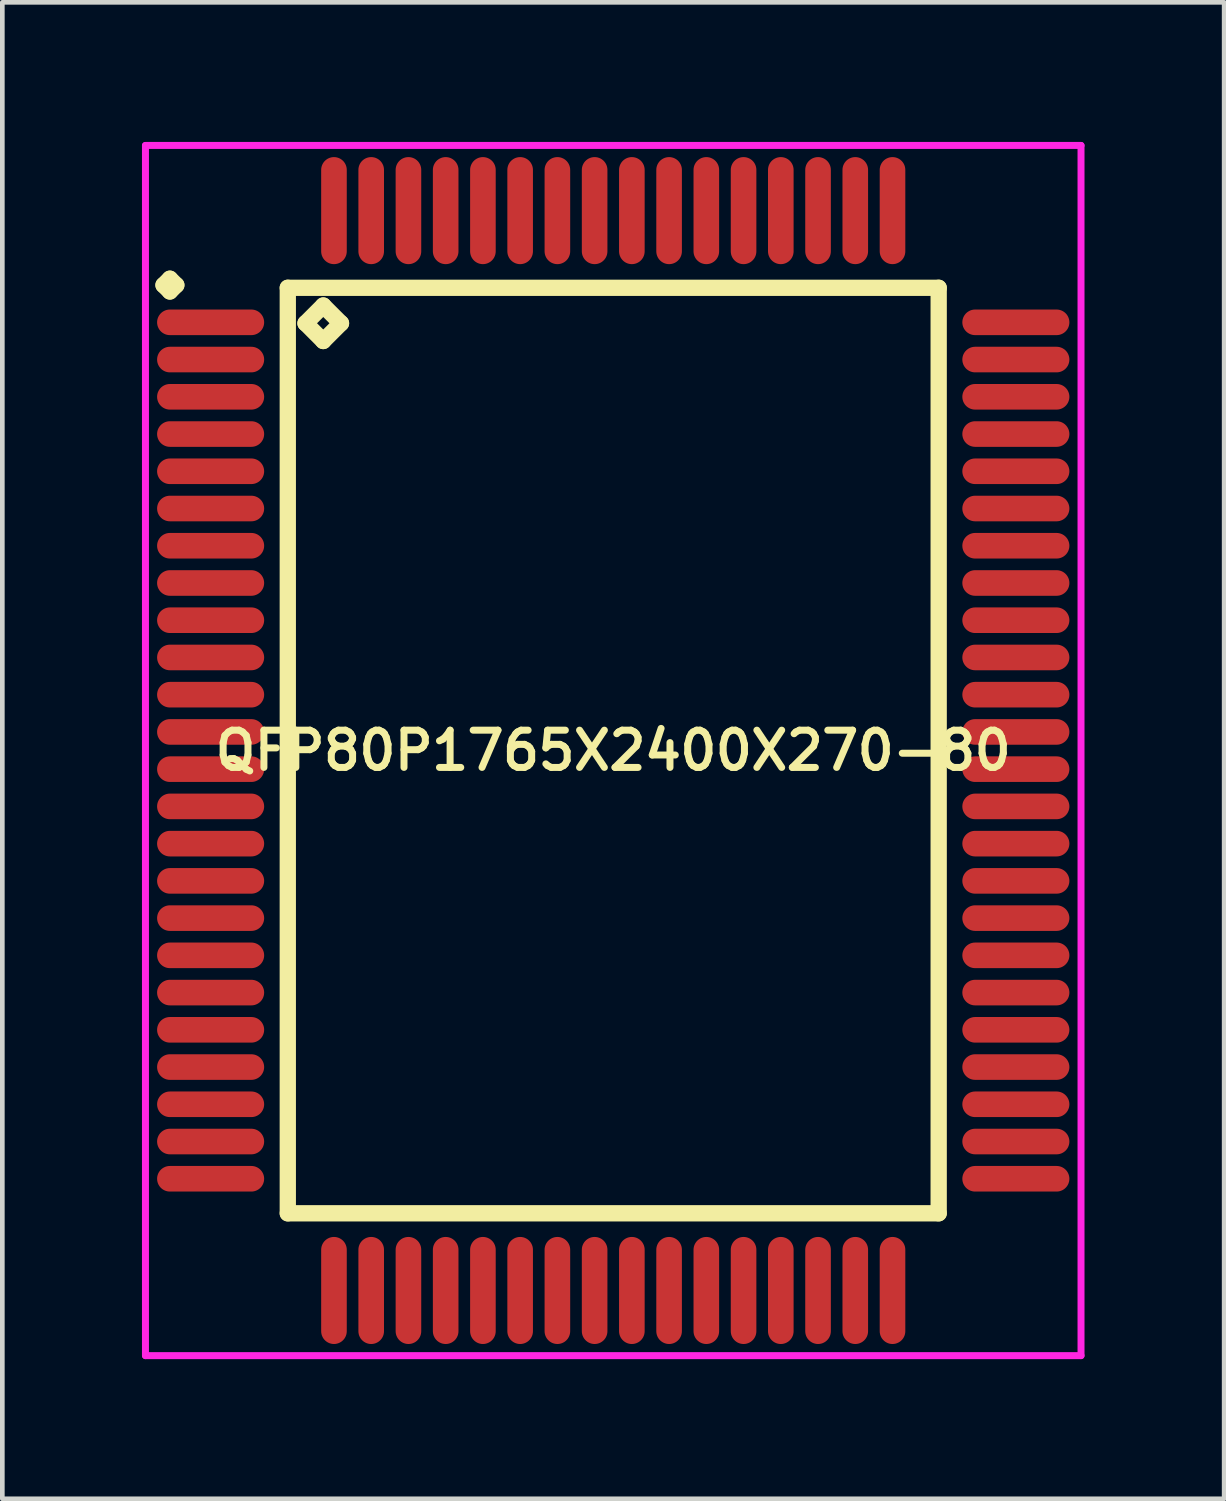
<source format=kicad_pcb>
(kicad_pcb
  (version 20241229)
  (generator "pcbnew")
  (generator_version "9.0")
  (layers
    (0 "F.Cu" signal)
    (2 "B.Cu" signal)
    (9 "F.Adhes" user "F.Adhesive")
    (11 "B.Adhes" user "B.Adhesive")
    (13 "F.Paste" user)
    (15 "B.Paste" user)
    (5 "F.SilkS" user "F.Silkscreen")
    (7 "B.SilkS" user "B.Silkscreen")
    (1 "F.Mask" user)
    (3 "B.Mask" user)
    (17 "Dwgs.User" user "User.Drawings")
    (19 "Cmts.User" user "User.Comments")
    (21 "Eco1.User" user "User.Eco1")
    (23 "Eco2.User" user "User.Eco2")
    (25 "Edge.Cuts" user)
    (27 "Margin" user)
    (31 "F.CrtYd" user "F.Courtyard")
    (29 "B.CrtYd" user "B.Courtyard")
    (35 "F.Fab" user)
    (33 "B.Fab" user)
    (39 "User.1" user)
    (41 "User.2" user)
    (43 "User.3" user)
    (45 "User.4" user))
  (footprint "QFP80P1765X2400X270-80"
    (layer "F.Cu")
    (at 10.125 13.075)
    (property "Reference" "QFP80P1765X2400X270-80" (at 0 0 0) (layer "F.SilkS") (effects (font (size 0.8 0.8) (thickness 0.15))))
    (attr smd)
    (fp_line (start -9.662 -10) (end -9.525 -10.137) (stroke (width 0.35) (type solid)) (layer "F.SilkS"))
    (fp_line (start -9.525 -10.137) (end -9.387 -10) (stroke (width 0.35) (type solid)) (layer "F.SilkS"))
    (fp_line (start -9.525 -9.863) (end -9.662 -10) (stroke (width 0.35) (type solid)) (layer "F.SilkS"))
    (fp_line (start -9.387 -10) (end -9.525 -9.863) (stroke (width 0.35) (type solid)) (layer "F.SilkS"))
    (fp_line (start -6.992 -9.942) (end -6.992 9.942) (stroke (width 0.35) (type solid)) (layer "F.SilkS"))
    (fp_line (start -6.992 9.942) (end 6.992 9.942) (stroke (width 0.35) (type solid)) (layer "F.SilkS"))
    (fp_line (start -6.611 -9.18) (end -6.23 -9.561) (stroke (width 0.35) (type solid)) (layer "F.SilkS"))
    (fp_line (start -6.23 -9.561) (end -5.849 -9.18) (stroke (width 0.35) (type solid)) (layer "F.SilkS"))
    (fp_line (start -6.23 -8.799) (end -6.611 -9.18) (stroke (width 0.35) (type solid)) (layer "F.SilkS"))
    (fp_line (start -5.849 -9.18) (end -6.23 -8.799) (stroke (width 0.35) (type solid)) (layer "F.SilkS"))
    (fp_line (start 6.992 -9.942) (end -6.992 -9.942) (stroke (width 0.35) (type solid)) (layer "F.SilkS"))
    (fp_line (start 6.992 9.942) (end 6.992 -9.942) (stroke (width 0.35) (type solid)) (layer "F.SilkS"))
    (fp_line (start -10.05 -13) (end 10.05 -13) (stroke (width 0.15) (type solid)) (layer "F.CrtYd"))
    (fp_line (start -10.05 13) (end -10.05 -13) (stroke (width 0.15) (type solid)) (layer "F.CrtYd"))
    (fp_line (start 10.05 -13) (end 10.05 13) (stroke (width 0.15) (type solid)) (layer "F.CrtYd"))
    (fp_line (start 10.05 13) (end -10.05 13) (stroke (width 0.15) (type solid)) (layer "F.CrtYd"))
    (pad "1" smd oval (at -8.65 -9.2) (size 2.3 0.55) (layers "F.Cu" "F.Mask" "F.Paste"))
    (pad "2" smd oval (at -8.65 -8.4) (size 2.3 0.55) (layers "F.Cu" "F.Mask" "F.Paste"))
    (pad "3" smd oval (at -8.65 -7.6) (size 2.3 0.55) (layers "F.Cu" "F.Mask" "F.Paste"))
    (pad "4" smd oval (at -8.65 -6.8) (size 2.3 0.55) (layers "F.Cu" "F.Mask" "F.Paste"))
    (pad "5" smd oval (at -8.65 -6) (size 2.3 0.55) (layers "F.Cu" "F.Mask" "F.Paste"))
    (pad "6" smd oval (at -8.65 -5.2) (size 2.3 0.55) (layers "F.Cu" "F.Mask" "F.Paste"))
    (pad "7" smd oval (at -8.65 -4.4) (size 2.3 0.55) (layers "F.Cu" "F.Mask" "F.Paste"))
    (pad "8" smd oval (at -8.65 -3.6) (size 2.3 0.55) (layers "F.Cu" "F.Mask" "F.Paste"))
    (pad "9" smd oval (at -8.65 -2.8) (size 2.3 0.55) (layers "F.Cu" "F.Mask" "F.Paste"))
    (pad "10" smd oval (at -8.65 -2) (size 2.3 0.55) (layers "F.Cu" "F.Mask" "F.Paste"))
    (pad "11" smd oval (at -8.65 -1.2) (size 2.3 0.55) (layers "F.Cu" "F.Mask" "F.Paste"))
    (pad "12" smd oval (at -8.65 -0.4) (size 2.3 0.55) (layers "F.Cu" "F.Mask" "F.Paste"))
    (pad "13" smd oval (at -8.65 0.4) (size 2.3 0.55) (layers "F.Cu" "F.Mask" "F.Paste"))
    (pad "14" smd oval (at -8.65 1.2) (size 2.3 0.55) (layers "F.Cu" "F.Mask" "F.Paste"))
    (pad "15" smd oval (at -8.65 2) (size 2.3 0.55) (layers "F.Cu" "F.Mask" "F.Paste"))
    (pad "16" smd oval (at -8.65 2.8) (size 2.3 0.55) (layers "F.Cu" "F.Mask" "F.Paste"))
    (pad "17" smd oval (at -8.65 3.6) (size 2.3 0.55) (layers "F.Cu" "F.Mask" "F.Paste"))
    (pad "18" smd oval (at -8.65 4.4) (size 2.3 0.55) (layers "F.Cu" "F.Mask" "F.Paste"))
    (pad "19" smd oval (at -8.65 5.2) (size 2.3 0.55) (layers "F.Cu" "F.Mask" "F.Paste"))
    (pad "20" smd oval (at -8.65 6) (size 2.3 0.55) (layers "F.Cu" "F.Mask" "F.Paste"))
    (pad "21" smd oval (at -8.65 6.8) (size 2.3 0.55) (layers "F.Cu" "F.Mask" "F.Paste"))
    (pad "22" smd oval (at -8.65 7.6) (size 2.3 0.55) (layers "F.Cu" "F.Mask" "F.Paste"))
    (pad "23" smd oval (at -8.65 8.4) (size 2.3 0.55) (layers "F.Cu" "F.Mask" "F.Paste"))
    (pad "24" smd oval (at -8.65 9.2) (size 2.3 0.55) (layers "F.Cu" "F.Mask" "F.Paste"))
    (pad "25" smd oval (at -6 11.6) (size 0.55 2.3) (layers "F.Cu" "F.Mask" "F.Paste"))
    (pad "26" smd oval (at -5.2 11.6) (size 0.55 2.3) (layers "F.Cu" "F.Mask" "F.Paste"))
    (pad "27" smd oval (at -4.4 11.6) (size 0.55 2.3) (layers "F.Cu" "F.Mask" "F.Paste"))
    (pad "28" smd oval (at -3.6 11.6) (size 0.55 2.3) (layers "F.Cu" "F.Mask" "F.Paste"))
    (pad "29" smd oval (at -2.8 11.6) (size 0.55 2.3) (layers "F.Cu" "F.Mask" "F.Paste"))
    (pad "30" smd oval (at -2 11.6) (size 0.55 2.3) (layers "F.Cu" "F.Mask" "F.Paste"))
    (pad "31" smd oval (at -1.2 11.6) (size 0.55 2.3) (layers "F.Cu" "F.Mask" "F.Paste"))
    (pad "32" smd oval (at -0.4 11.6) (size 0.55 2.3) (layers "F.Cu" "F.Mask" "F.Paste"))
    (pad "33" smd oval (at 0.4 11.6) (size 0.55 2.3) (layers "F.Cu" "F.Mask" "F.Paste"))
    (pad "34" smd oval (at 1.2 11.6) (size 0.55 2.3) (layers "F.Cu" "F.Mask" "F.Paste"))
    (pad "35" smd oval (at 2 11.6) (size 0.55 2.3) (layers "F.Cu" "F.Mask" "F.Paste"))
    (pad "36" smd oval (at 2.8 11.6) (size 0.55 2.3) (layers "F.Cu" "F.Mask" "F.Paste"))
    (pad "37" smd oval (at 3.6 11.6) (size 0.55 2.3) (layers "F.Cu" "F.Mask" "F.Paste"))
    (pad "38" smd oval (at 4.4 11.6) (size 0.55 2.3) (layers "F.Cu" "F.Mask" "F.Paste"))
    (pad "39" smd oval (at 5.2 11.6) (size 0.55 2.3) (layers "F.Cu" "F.Mask" "F.Paste"))
    (pad "40" smd oval (at 6 11.6) (size 0.55 2.3) (layers "F.Cu" "F.Mask" "F.Paste"))
    (pad "41" smd oval (at 8.65 9.2) (size 2.3 0.55) (layers "F.Cu" "F.Mask" "F.Paste"))
    (pad "42" smd oval (at 8.65 8.4) (size 2.3 0.55) (layers "F.Cu" "F.Mask" "F.Paste"))
    (pad "43" smd oval (at 8.65 7.6) (size 2.3 0.55) (layers "F.Cu" "F.Mask" "F.Paste"))
    (pad "44" smd oval (at 8.65 6.8) (size 2.3 0.55) (layers "F.Cu" "F.Mask" "F.Paste"))
    (pad "45" smd oval (at 8.65 6) (size 2.3 0.55) (layers "F.Cu" "F.Mask" "F.Paste"))
    (pad "46" smd oval (at 8.65 5.2) (size 2.3 0.55) (layers "F.Cu" "F.Mask" "F.Paste"))
    (pad "47" smd oval (at 8.65 4.4) (size 2.3 0.55) (layers "F.Cu" "F.Mask" "F.Paste"))
    (pad "48" smd oval (at 8.65 3.6) (size 2.3 0.55) (layers "F.Cu" "F.Mask" "F.Paste"))
    (pad "49" smd oval (at 8.65 2.8) (size 2.3 0.55) (layers "F.Cu" "F.Mask" "F.Paste"))
    (pad "50" smd oval (at 8.65 2) (size 2.3 0.55) (layers "F.Cu" "F.Mask" "F.Paste"))
    (pad "51" smd oval (at 8.65 1.2) (size 2.3 0.55) (layers "F.Cu" "F.Mask" "F.Paste"))
    (pad "52" smd oval (at 8.65 0.4) (size 2.3 0.55) (layers "F.Cu" "F.Mask" "F.Paste"))
    (pad "53" smd oval (at 8.65 -0.4) (size 2.3 0.55) (layers "F.Cu" "F.Mask" "F.Paste"))
    (pad "54" smd oval (at 8.65 -1.2) (size 2.3 0.55) (layers "F.Cu" "F.Mask" "F.Paste"))
    (pad "55" smd oval (at 8.65 -2) (size 2.3 0.55) (layers "F.Cu" "F.Mask" "F.Paste"))
    (pad "56" smd oval (at 8.65 -2.8) (size 2.3 0.55) (layers "F.Cu" "F.Mask" "F.Paste"))
    (pad "57" smd oval (at 8.65 -3.6) (size 2.3 0.55) (layers "F.Cu" "F.Mask" "F.Paste"))
    (pad "58" smd oval (at 8.65 -4.4) (size 2.3 0.55) (layers "F.Cu" "F.Mask" "F.Paste"))
    (pad "59" smd oval (at 8.65 -5.2) (size 2.3 0.55) (layers "F.Cu" "F.Mask" "F.Paste"))
    (pad "60" smd oval (at 8.65 -6) (size 2.3 0.55) (layers "F.Cu" "F.Mask" "F.Paste"))
    (pad "61" smd oval (at 8.65 -6.8) (size 2.3 0.55) (layers "F.Cu" "F.Mask" "F.Paste"))
    (pad "62" smd oval (at 8.65 -7.6) (size 2.3 0.55) (layers "F.Cu" "F.Mask" "F.Paste"))
    (pad "63" smd oval (at 8.65 -8.4) (size 2.3 0.55) (layers "F.Cu" "F.Mask" "F.Paste"))
    (pad "64" smd oval (at 8.65 -9.2) (size 2.3 0.55) (layers "F.Cu" "F.Mask" "F.Paste"))
    (pad "65" smd oval (at 6 -11.6) (size 0.55 2.3) (layers "F.Cu" "F.Mask" "F.Paste"))
    (pad "66" smd oval (at 5.2 -11.6) (size 0.55 2.3) (layers "F.Cu" "F.Mask" "F.Paste"))
    (pad "67" smd oval (at 4.4 -11.6) (size 0.55 2.3) (layers "F.Cu" "F.Mask" "F.Paste"))
    (pad "68" smd oval (at 3.6 -11.6) (size 0.55 2.3) (layers "F.Cu" "F.Mask" "F.Paste"))
    (pad "69" smd oval (at 2.8 -11.6) (size 0.55 2.3) (layers "F.Cu" "F.Mask" "F.Paste"))
    (pad "70" smd oval (at 2 -11.6) (size 0.55 2.3) (layers "F.Cu" "F.Mask" "F.Paste"))
    (pad "71" smd oval (at 1.2 -11.6) (size 0.55 2.3) (layers "F.Cu" "F.Mask" "F.Paste"))
    (pad "72" smd oval (at 0.4 -11.6) (size 0.55 2.3) (layers "F.Cu" "F.Mask" "F.Paste"))
    (pad "73" smd oval (at -0.4 -11.6) (size 0.55 2.3) (layers "F.Cu" "F.Mask" "F.Paste"))
    (pad "74" smd oval (at -1.2 -11.6) (size 0.55 2.3) (layers "F.Cu" "F.Mask" "F.Paste"))
    (pad "75" smd oval (at -2 -11.6) (size 0.55 2.3) (layers "F.Cu" "F.Mask" "F.Paste"))
    (pad "76" smd oval (at -2.8 -11.6) (size 0.55 2.3) (layers "F.Cu" "F.Mask" "F.Paste"))
    (pad "77" smd oval (at -3.6 -11.6) (size 0.55 2.3) (layers "F.Cu" "F.Mask" "F.Paste"))
    (pad "78" smd oval (at -4.4 -11.6) (size 0.55 2.3) (layers "F.Cu" "F.Mask" "F.Paste"))
    (pad "79" smd oval (at -5.2 -11.6) (size 0.55 2.3) (layers "F.Cu" "F.Mask" "F.Paste"))
    (pad "80" smd oval (at -6 -11.6) (size 0.55 2.3) (layers "F.Cu" "F.Mask" "F.Paste")))
  (gr_rect
    (start -3 -3)
    (end 23.25 29.15)
    (stroke (width 0.1) (type default))
    (fill no)
    (layer "Edge.Cuts")))
</source>
